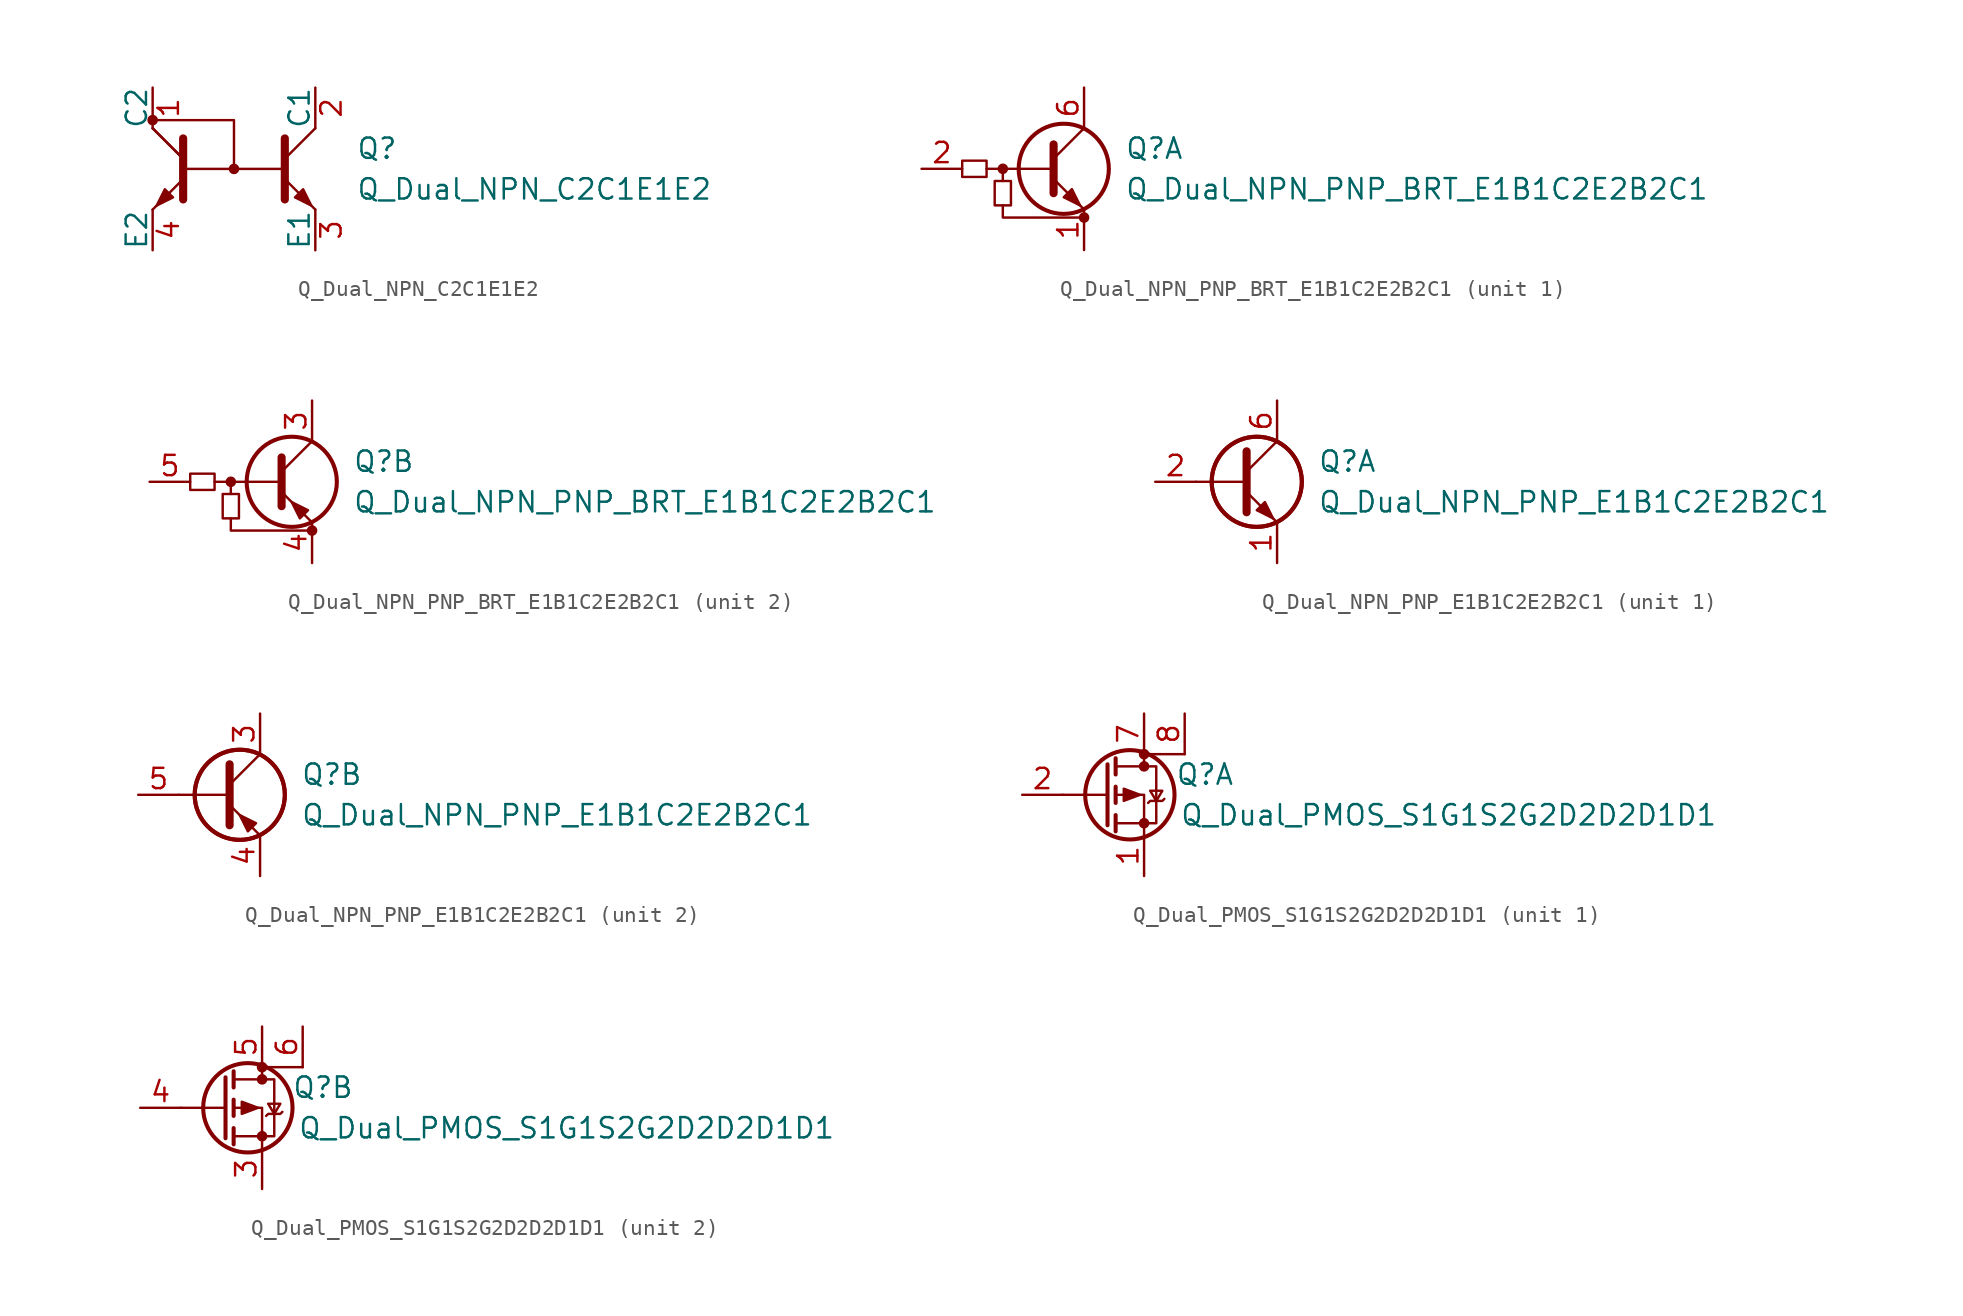
<source format=kicad_sym>
(kicad_symbol_lib
  (version 20211014)
  (generator kicad_symbol_editor)
  (symbol "Q_Dual_NPN_C2C1E1E2"
    (pin_names
      (offset 0))
    (property "Reference" "Q"
      (at 7.62 1.27 0)
      (effects (font (size 1.27 1.27)) (justify left)))
    (property "Value" "Q_Dual_NPN_C2C1E1E2"
      (at 7.62 -1.27 0)
      (effects (font (size 1.27 1.27)) (justify left)))
    (symbol "Q_Dual_NPN_C2C1E1E2_0_1"
      (circle (center -5.08 3.048) (radius 0.254) (stroke (width 0) (type default) (color 0 0 0 0)) (fill (type outline)))
      (polyline (pts (xy -5.08 -2.54) (xy -3.175 -0.635)) (stroke (width 0) (type default) (color 0 0 0 0)) (fill (type none)))
      (polyline (pts (xy -5.08 2.54) (xy -3.175 0.635)) (stroke (width 0) (type default) (color 0 0 0 0)) (fill (type none)))
      (polyline (pts (xy -5.08 2.54) (xy -3.175 0.635)) (stroke (width 0) (type default) (color 0 0 0 0)) (fill (type none)))
      (polyline (pts (xy 3.175 0) (xy -3.175 0)) (stroke (width 0) (type default) (color 0 0 0 0)) (fill (type none)))
      (polyline (pts (xy 5.08 -2.54) (xy 3.175 -0.635)) (stroke (width 0) (type default) (color 0 0 0 0)) (fill (type none)))
      (polyline (pts (xy 5.08 2.54) (xy 3.175 0.635)) (stroke (width 0) (type default) (color 0 0 0 0)) (fill (type none)))
      (polyline (pts (xy -3.175 -1.905) (xy -3.175 1.905) (xy -3.175 1.905)) (stroke (width 0.508) (type default) (color 0 0 0 0)) (fill (type outline)))
      (polyline (pts (xy 0 0) (xy 0 3.048) (xy -5.08 3.048)) (stroke (width 0) (type default) (color 0 0 0 0)) (fill (type none)))
      (polyline (pts (xy 3.175 -1.905) (xy 3.175 1.905) (xy 3.175 1.905)) (stroke (width 0.508) (type default) (color 0 0 0 0)) (fill (type outline)))
      (polyline (pts (xy -3.81 -1.778) (xy -4.318 -1.27) (xy -4.826 -2.286) (xy -3.81 -1.778) (xy -3.81 -1.778)) (stroke (width 0) (type default) (color 0 0 0 0)) (fill (type outline)))
      (polyline (pts (xy 3.81 -1.778) (xy 4.318 -1.27) (xy 4.826 -2.286) (xy 3.81 -1.778) (xy 3.81 -1.778)) (stroke (width 0) (type default) (color 0 0 0 0)) (fill (type outline)))
      (circle (center 0 0) (radius 0.254) (stroke (width 0) (type default) (color 0 0 0 0)) (fill (type outline))))
    (symbol "Q_Dual_NPN_C2C1E1E2_1_1"
      (pin passive line (at -5.08 5.08 270) (length 2.54) (name "C2" (effects (font (size 1.27 1.27)))) (number "1" (effects (font (size 1.27 1.27)))))
      (pin passive line (at 5.08 5.08 270) (length 2.54) (name "C1" (effects (font (size 1.27 1.27)))) (number "2" (effects (font (size 1.27 1.27)))))
      (pin passive line (at 5.08 -5.08 90) (length 2.54) (name "E1" (effects (font (size 1.27 1.27)))) (number "3" (effects (font (size 1.27 1.27)))))
      (pin passive line (at -5.08 -5.08 90) (length 2.54) (name "E2" (effects (font (size 1.27 1.27)))) (number "4" (effects (font (size 1.27 1.27)))))))
  (symbol "Q_Dual_NPN_PNP_BRT_E1B1C2E2B2C1"
    (pin_names hide)
    (property "Reference" "Q"
      (at 3.81 1.27 0)
      (effects (font (size 1.27 1.27)) (justify left)))
    (property "Value" "Q_Dual_NPN_PNP_BRT_E1B1C2E2B2C1"
      (at 3.81 -1.27 0)
      (effects (font (size 1.27 1.27)) (justify left)))
    (symbol "Q_Dual_NPN_PNP_BRT_E1B1C2E2B2C1_0_1"
      (rectangle (start -6.35 0.508) (end -4.826 -0.508) (stroke (width 0) (type default) (color 0 0 0 0)) (fill (type none)))
      (rectangle (start -4.318 -2.286) (end -3.302 -0.762) (stroke (width 0) (type default) (color 0 0 0 0)) (fill (type none)))
      (circle (center -3.81 0) (radius 0.254) (stroke (width 0) (type default) (color 0 0 0 0)) (fill (type outline)))
      (polyline (pts (xy -3.81 -0.762) (xy -3.81 0)) (stroke (width 0) (type default) (color 0 0 0 0)) (fill (type none)))
      (polyline (pts (xy -0.762 0) (xy -4.826 0)) (stroke (width 0) (type default) (color 0 0 0 0)) (fill (type none)))
      (polyline (pts (xy -0.635 1.524) (xy -0.635 -1.524)) (stroke (width 0.508) (type default) (color 0 0 0 0)) (fill (type none)))
      (polyline (pts (xy -3.81 -2.286) (xy -3.81 -3.048) (xy 1.27 -3.048)) (stroke (width 0) (type default) (color 0 0 0 0)) (fill (type none)))
      (circle (center 1.27 -3.048) (radius 0.254) (stroke (width 0) (type default) (color 0 0 0 0)) (fill (type outline))))
    (symbol "Q_Dual_NPN_PNP_BRT_E1B1C2E2B2C1_1_1"
      (polyline (pts (xy -0.635 0.635) (xy 1.27 2.54)) (stroke (width 0) (type default) (color 0 0 0 0)) (fill (type none)))
      (polyline (pts (xy -0.635 -0.635) (xy 1.27 -2.54) (xy 1.27 -2.54)) (stroke (width 0) (type default) (color 0 0 0 0)) (fill (type none)))
      (polyline (pts (xy 0 -1.778) (xy 0.508 -1.27) (xy 1.016 -2.286) (xy 0 -1.778) (xy 0 -1.778)) (stroke (width 0) (type default) (color 0 0 0 0)) (fill (type outline)))
      (circle (center 0 0) (radius 2.819) (stroke (width 0.254) (type default) (color 0 0 0 0)) (fill (type none)))
      (pin passive line (at 1.27 -5.08 90) (length 2.54) (name "E1" (effects (font (size 1.27 1.27)))) (number "1" (effects (font (size 1.27 1.27)))))
      (pin input line (at -8.89 0 0) (length 2.54) (name "B1" (effects (font (size 1.27 1.27)))) (number "2" (effects (font (size 1.27 1.27)))))
      (pin passive line (at 1.27 5.08 270) (length 2.54) (name "C1" (effects (font (size 1.27 1.27)))) (number "6" (effects (font (size 1.27 1.27))))))
    (symbol "Q_Dual_NPN_PNP_BRT_E1B1C2E2B2C1_2_1"
      (polyline (pts (xy -0.635 0.635) (xy 1.27 2.54)) (stroke (width 0) (type default) (color 0 0 0 0)) (fill (type none)))
      (polyline (pts (xy -0.635 -0.635) (xy 1.27 -2.54) (xy 1.27 -2.54)) (stroke (width 0) (type default) (color 0 0 0 0)) (fill (type none)))
      (polyline (pts (xy 1.016 -1.778) (xy 0.508 -2.286) (xy 0 -1.27) (xy 1.016 -1.778) (xy 1.016 -1.778)) (stroke (width 0) (type default) (color 0 0 0 0)) (fill (type outline)))
      (circle (center 0 0) (radius 2.819) (stroke (width 0.254) (type default) (color 0 0 0 0)) (fill (type none)))
      (pin passive line (at 1.27 5.08 270) (length 2.54) (name "C1" (effects (font (size 1.27 1.27)))) (number "3" (effects (font (size 1.27 1.27)))))
      (pin passive line (at 1.27 -5.08 90) (length 2.54) (name "E1" (effects (font (size 1.27 1.27)))) (number "4" (effects (font (size 1.27 1.27)))))
      (pin input line (at -8.89 0 0) (length 2.54) (name "B1" (effects (font (size 1.27 1.27)))) (number "5" (effects (font (size 1.27 1.27)))))))
  (symbol "Q_Dual_NPN_PNP_E1B1C2E2B2C1"
    (pin_names
      (offset 0) hide)
    (property "Reference" "Q"
      (at 5.08 1.27 0)
      (effects (font (size 1.27 1.27)) (justify left)))
    (property "Value" "Q_Dual_NPN_PNP_E1B1C2E2B2C1"
      (at 5.08 -1.27 0)
      (effects (font (size 1.27 1.27)) (justify left)))
    (property "ki_locked" ""
      (at 0 0 0)
      (effects (font (size 1.27 1.27))))
    (symbol "Q_Dual_NPN_PNP_E1B1C2E2B2C1_0_1"
      (polyline (pts (xy 0.635 0) (xy -2.54 0)) (stroke (width 0) (type default) (color 0 0 0 0)) (fill (type none)))
      (circle (center 1.27 0) (radius 2.819) (stroke (width 0.254) (type default) (color 0 0 0 0)) (fill (type none)))
      (circle (center 1.27 0) (radius 2.819) (stroke (width 0.254) (type default) (color 0 0 0 0)) (fill (type none))))
    (symbol "Q_Dual_NPN_PNP_E1B1C2E2B2C1_1_1"
      (polyline (pts (xy 0.635 0.635) (xy 2.54 2.54)) (stroke (width 0) (type default) (color 0 0 0 0)) (fill (type none)))
      (polyline (pts (xy 0.635 -0.635) (xy 2.54 -2.54) (xy 2.54 -2.54)) (stroke (width 0) (type default) (color 0 0 0 0)) (fill (type none)))
      (polyline (pts (xy 0.635 1.905) (xy 0.635 -1.905) (xy 0.635 -1.905)) (stroke (width 0.508) (type default) (color 0 0 0 0)) (fill (type none)))
      (polyline (pts (xy 1.27 -1.778) (xy 1.778 -1.27) (xy 2.286 -2.286) (xy 1.27 -1.778) (xy 1.27 -1.778)) (stroke (width 0) (type default) (color 0 0 0 0)) (fill (type outline)))
      (pin passive line (at 2.54 -5.08 90) (length 2.54) (name "E1" (effects (font (size 1.27 1.27)))) (number "1" (effects (font (size 1.27 1.27)))))
      (pin input line (at -5.08 0 0) (length 2.54) (name "B1" (effects (font (size 1.27 1.27)))) (number "2" (effects (font (size 1.27 1.27)))))
      (pin passive line (at 2.54 5.08 270) (length 2.54) (name "C1" (effects (font (size 1.27 1.27)))) (number "6" (effects (font (size 1.27 1.27))))))
    (symbol "Q_Dual_NPN_PNP_E1B1C2E2B2C1_2_1"
      (polyline (pts (xy 0.635 0.635) (xy 2.54 2.54)) (stroke (width 0) (type default) (color 0 0 0 0)) (fill (type none)))
      (polyline (pts (xy 0.635 -0.635) (xy 2.54 -2.54) (xy 2.54 -2.54)) (stroke (width 0) (type default) (color 0 0 0 0)) (fill (type none)))
      (polyline (pts (xy 0.635 1.905) (xy 0.635 -1.905) (xy 0.635 -1.905)) (stroke (width 0.508) (type default) (color 0 0 0 0)) (fill (type none)))
      (polyline (pts (xy 2.286 -1.778) (xy 1.778 -2.286) (xy 1.27 -1.27) (xy 2.286 -1.778) (xy 2.286 -1.778)) (stroke (width 0) (type default) (color 0 0 0 0)) (fill (type outline)))
      (pin passive line (at 2.54 5.08 270) (length 2.54) (name "C2" (effects (font (size 1.27 1.27)))) (number "3" (effects (font (size 1.27 1.27)))))
      (pin passive line (at 2.54 -5.08 90) (length 2.54) (name "E2" (effects (font (size 1.27 1.27)))) (number "4" (effects (font (size 1.27 1.27)))))
      (pin input line (at -5.08 0 0) (length 2.54) (name "B2" (effects (font (size 1.27 1.27)))) (number "5" (effects (font (size 1.27 1.27)))))))
  (symbol "Q_Dual_PMOS_S1G1S2G2D2D2D1D1"
    (pin_names
      (offset 0) hide)
    (property "Reference" "Q"
      (at 6.35 1.27 0)
      (effects (font (size 1.27 1.27))))
    (property "Value" "Q_Dual_PMOS_S1G1S2G2D2D2D1D1"
      (at 21.59 -1.27 0)
      (effects (font (size 1.27 1.27))))
    (symbol "Q_Dual_PMOS_S1G1S2G2D2D2D1D1_0_1"
      (polyline (pts (xy 0.254 0) (xy -2.54 0)) (stroke (width 0) (type default) (color 0 0 0 0)) (fill (type none)))
      (polyline (pts (xy 0.254 1.905) (xy 0.254 -1.905)) (stroke (width 0.254) (type default) (color 0 0 0 0)) (fill (type none)))
      (polyline (pts (xy 0.762 -1.27) (xy 0.762 -2.286)) (stroke (width 0.254) (type default) (color 0 0 0 0)) (fill (type none)))
      (polyline (pts (xy 0.762 0.508) (xy 0.762 -0.508)) (stroke (width 0.254) (type default) (color 0 0 0 0)) (fill (type none)))
      (polyline (pts (xy 0.762 2.286) (xy 0.762 1.27)) (stroke (width 0.254) (type default) (color 0 0 0 0)) (fill (type none)))
      (polyline (pts (xy 2.54 2.54) (xy 2.54 1.778)) (stroke (width 0) (type default) (color 0 0 0 0)) (fill (type none)))
      (polyline (pts (xy 2.54 -2.54) (xy 2.54 0) (xy 0.762 0)) (stroke (width 0) (type default) (color 0 0 0 0)) (fill (type none)))
      (polyline (pts (xy 0.762 1.778) (xy 3.302 1.778) (xy 3.302 -1.778) (xy 0.762 -1.778)) (stroke (width 0) (type default) (color 0 0 0 0)) (fill (type none)))
      (polyline (pts (xy 2.286 0) (xy 1.27 0.381) (xy 1.27 -0.381) (xy 2.286 0)) (stroke (width 0) (type default) (color 0 0 0 0)) (fill (type outline)))
      (polyline (pts (xy 2.794 -0.508) (xy 2.921 -0.381) (xy 3.683 -0.381) (xy 3.81 -0.254)) (stroke (width 0) (type default) (color 0 0 0 0)) (fill (type none)))
      (polyline (pts (xy 3.302 -0.381) (xy 2.921 0.254) (xy 3.683 0.254) (xy 3.302 -0.381)) (stroke (width 0) (type default) (color 0 0 0 0)) (fill (type none)))
      (circle (center 1.651 0) (radius 2.794) (stroke (width 0.254) (type default) (color 0 0 0 0)) (fill (type none)))
      (circle (center 2.54 -1.778) (radius 0.254) (stroke (width 0) (type default) (color 0 0 0 0)) (fill (type outline)))
      (circle (center 2.54 1.778) (radius 0.254) (stroke (width 0) (type default) (color 0 0 0 0)) (fill (type outline)))
      (circle (center 2.54 2.54) (radius 0.254) (stroke (width 0) (type default) (color 0 0 0 0)) (fill (type outline)))
      (rectangle (start 5.08 2.54) (end 2.54 2.54) (stroke (width 0) (type default) (color 0 0 0 0)) (fill (type none))))
    (symbol "Q_Dual_PMOS_S1G1S2G2D2D2D1D1_1_1"
      (pin passive line (at 2.54 -5.08 90) (length 2.54) (name "S" (effects (font (size 1.27 1.27)))) (number "1" (effects (font (size 1.27 1.27)))))
      (pin input line (at -5.08 0 0) (length 2.54) (name "G" (effects (font (size 1.27 1.27)))) (number "2" (effects (font (size 1.27 1.27)))))
      (pin passive line (at 2.54 5.08 270) (length 2.54) (name "D" (effects (font (size 1.27 1.27)))) (number "7" (effects (font (size 1.27 1.27)))))
      (pin passive line (at 5.08 5.08 270) (length 2.54) (name "G" (effects (font (size 1.27 1.27)))) (number "8" (effects (font (size 1.27 1.27))))))
    (symbol "Q_Dual_PMOS_S1G1S2G2D2D2D1D1_2_1"
      (pin passive line (at 2.54 -5.08 90) (length 2.54) (name "S" (effects (font (size 1.27 1.27)))) (number "3" (effects (font (size 1.27 1.27)))))
      (pin input line (at -5.08 0 0) (length 2.54) (name "G" (effects (font (size 1.27 1.27)))) (number "4" (effects (font (size 1.27 1.27)))))
      (pin passive line (at 2.54 5.08 270) (length 2.54) (name "D" (effects (font (size 1.27 1.27)))) (number "5" (effects (font (size 1.27 1.27)))))
      (pin passive line (at 5.08 5.08 270) (length 2.54) (name "G" (effects (font (size 1.27 1.27)))) (number "6" (effects (font (size 1.27 1.27))))))))
</source>
